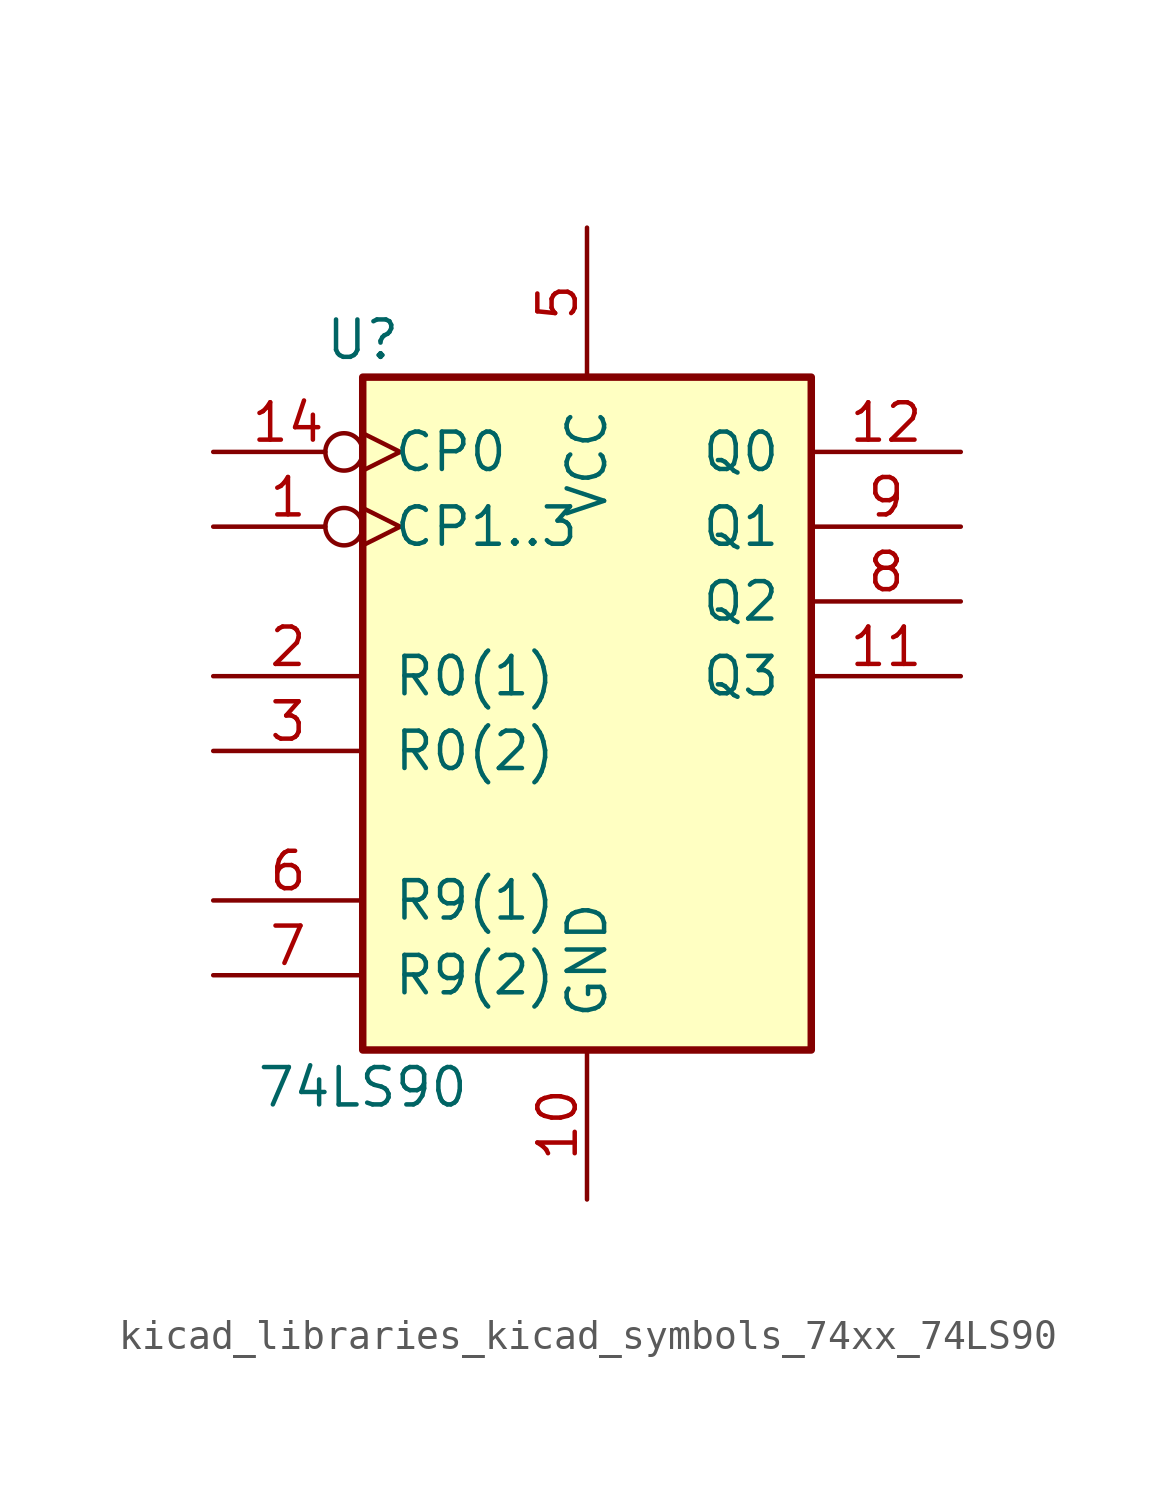
<source format=kicad_sym>
(kicad_symbol_lib
  (version 20220914)
  (generator kicad_symbol_editor)
  (symbol "kicad_libraries_kicad_symbols_74xx_74LS90"
    (pin_names
      (offset 1.016))
    (property "Reference" "U"
      (at -7.62 11.43 0)
      (effects (font (size 1.27 1.27))))
    (property "Value" "74LS90"
      (at -7.62 -13.97 0)
      (effects (font (size 1.27 1.27))))
    (property "ki_locked" ""
      (at 0 0 0)
      (effects (font (size 1.27 1.27))))
    (symbol "kicad_libraries_kicad_symbols_74xx_74LS90_1_0"
      (pin input inverted_clock (at -12.7 5.08 0) (length 5.08) (name "CP1..3" (effects (font (size 1.27 1.27)))) (number "1" (effects (font (size 1.27 1.27)))))
      (pin power_in line (at 0 -17.78 90) (length 5.08) (name "GND" (effects (font (size 1.27 1.27)))) (number "10" (effects (font (size 1.27 1.27)))))
      (pin output line (at 12.7 0 180) (length 5.08) (name "Q3" (effects (font (size 1.27 1.27)))) (number "11" (effects (font (size 1.27 1.27)))))
      (pin output line (at 12.7 7.62 180) (length 5.08) (name "Q0" (effects (font (size 1.27 1.27)))) (number "12" (effects (font (size 1.27 1.27)))))
      (pin input inverted_clock (at -12.7 7.62 0) (length 5.08) (name "CP0" (effects (font (size 1.27 1.27)))) (number "14" (effects (font (size 1.27 1.27)))))
      (pin input line (at -12.7 0 0) (length 5.08) (name "R0(1)" (effects (font (size 1.27 1.27)))) (number "2" (effects (font (size 1.27 1.27)))))
      (pin input line (at -12.7 -2.54 0) (length 5.08) (name "R0(2)" (effects (font (size 1.27 1.27)))) (number "3" (effects (font (size 1.27 1.27)))))
      (pin power_in line (at 0 15.24 270) (length 5.08) (name "VCC" (effects (font (size 1.27 1.27)))) (number "5" (effects (font (size 1.27 1.27)))))
      (pin input line (at -12.7 -7.62 0) (length 5.08) (name "R9(1)" (effects (font (size 1.27 1.27)))) (number "6" (effects (font (size 1.27 1.27)))))
      (pin input line (at -12.7 -10.16 0) (length 5.08) (name "R9(2)" (effects (font (size 1.27 1.27)))) (number "7" (effects (font (size 1.27 1.27)))))
      (pin output line (at 12.7 2.54 180) (length 5.08) (name "Q2" (effects (font (size 1.27 1.27)))) (number "8" (effects (font (size 1.27 1.27)))))
      (pin output line (at 12.7 5.08 180) (length 5.08) (name "Q1" (effects (font (size 1.27 1.27)))) (number "9" (effects (font (size 1.27 1.27))))))
    (symbol "kicad_libraries_kicad_symbols_74xx_74LS90_1_1"
      (rectangle (start -7.62 10.16) (end 7.62 -12.7) (stroke (width 0.254) (type default)) (fill (type background))))))
</source>
